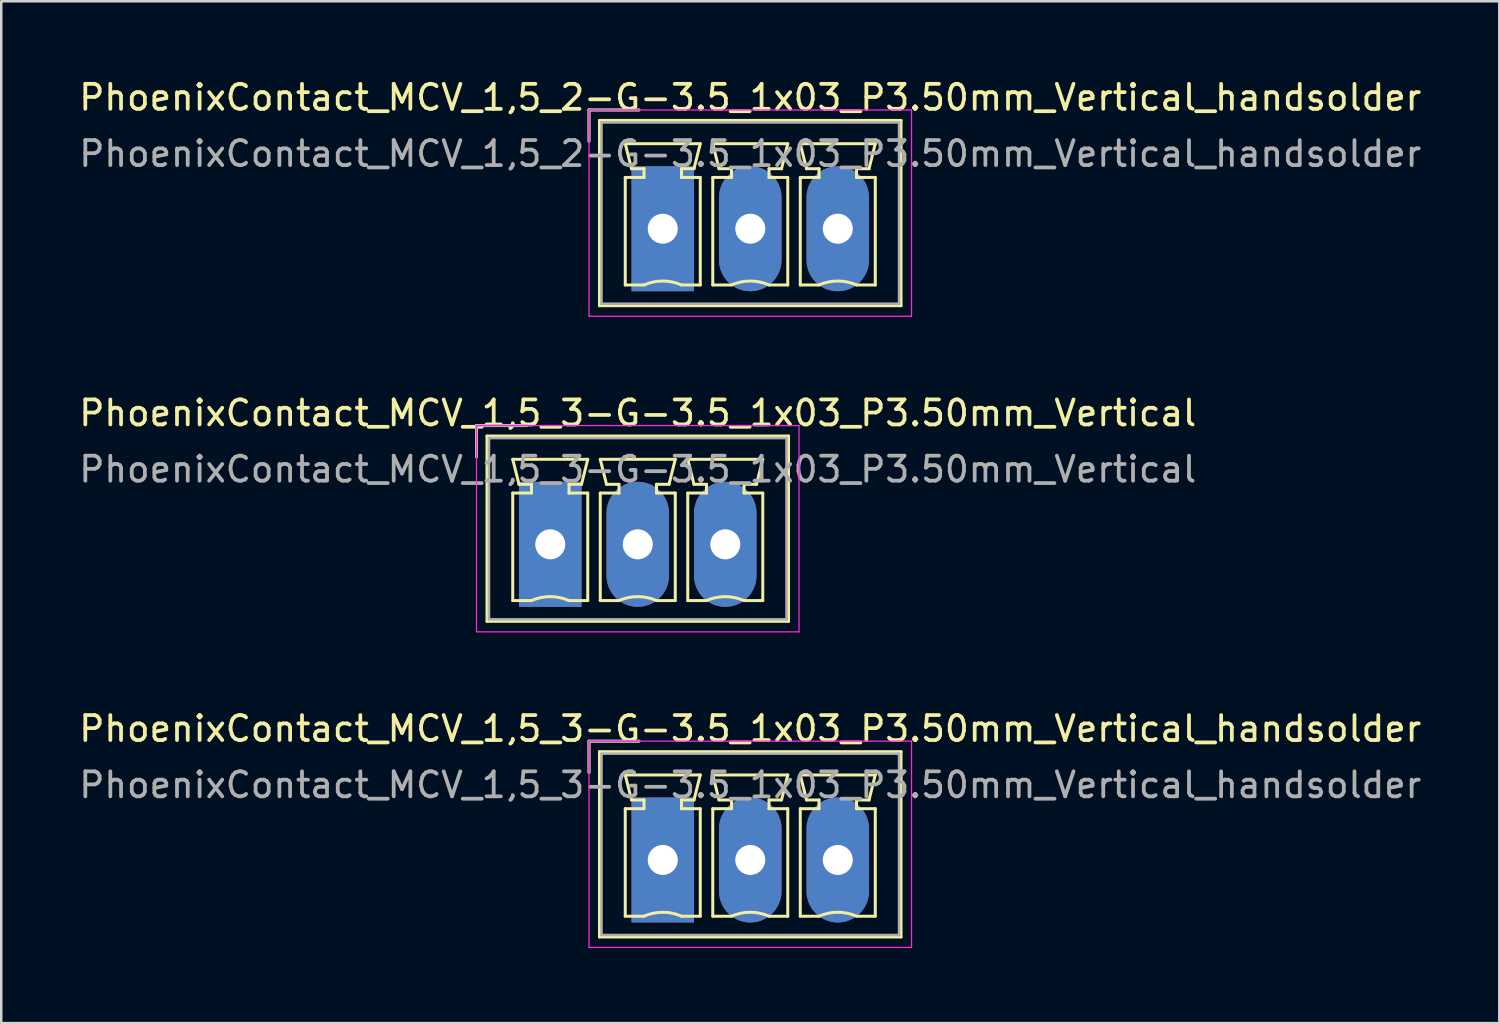
<source format=kicad_pcb>
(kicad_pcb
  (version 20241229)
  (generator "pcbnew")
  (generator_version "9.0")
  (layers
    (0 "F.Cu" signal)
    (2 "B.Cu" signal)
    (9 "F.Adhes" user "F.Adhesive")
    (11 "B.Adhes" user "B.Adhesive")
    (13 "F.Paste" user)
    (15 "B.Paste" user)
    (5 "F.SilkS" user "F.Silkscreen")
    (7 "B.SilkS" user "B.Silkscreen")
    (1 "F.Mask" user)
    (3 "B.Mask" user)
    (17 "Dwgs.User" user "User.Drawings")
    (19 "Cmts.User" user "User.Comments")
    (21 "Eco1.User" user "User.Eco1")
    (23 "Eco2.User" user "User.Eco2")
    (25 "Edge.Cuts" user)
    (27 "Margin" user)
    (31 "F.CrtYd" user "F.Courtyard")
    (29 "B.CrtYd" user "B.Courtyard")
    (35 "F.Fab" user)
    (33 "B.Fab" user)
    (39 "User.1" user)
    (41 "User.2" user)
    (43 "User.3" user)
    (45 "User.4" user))
  (footprint "PhoenixContact_MCV_1,5_3-G-3.5_1x03_P3.50mm_Vertical"
    (layer "F.Cu")
    (at 18.958 18.721)
    (property "Reference" "PhoenixContact_MCV_1,5_3-G-3.5_1x03_P3.50mm_Vertical" (at 3.5 -5.25 0) (layer "F.SilkS") (effects (font (size 1 1) (thickness 0.15))))
    (attr through_hole)
    (fp_line (start -2.95 -4.75) (end -0.95 -4.75) (stroke (width 0.12) (type solid)) (layer "F.SilkS"))
    (fp_line (start -2.95 -3.5) (end -2.95 -4.75) (stroke (width 0.12) (type solid)) (layer "F.SilkS"))
    (fp_line (start -2.53 -4.33) (end -2.53 3.08) (stroke (width 0.12) (type solid)) (layer "F.SilkS"))
    (fp_line (start -2.53 3.08) (end 9.53 3.08) (stroke (width 0.12) (type solid)) (layer "F.SilkS"))
    (fp_line (start -1.5 -3.4) (end 1.5 -3.4) (stroke (width 0.12) (type solid)) (layer "F.SilkS"))
    (fp_line (start -1.5 -2.05) (end -0.75 -2.05) (stroke (width 0.12) (type solid)) (layer "F.SilkS"))
    (fp_line (start -1.5 2.25) (end -1.5 -2.05) (stroke (width 0.12) (type solid)) (layer "F.SilkS"))
    (fp_line (start -1.25 -2.4) (end -1.5 -3.4) (stroke (width 0.12) (type solid)) (layer "F.SilkS"))
    (fp_line (start -0.75 -2.4) (end -1.25 -2.4) (stroke (width 0.12) (type solid)) (layer "F.SilkS"))
    (fp_line (start -0.75 -2.05) (end -0.75 -2.4) (stroke (width 0.12) (type solid)) (layer "F.SilkS"))
    (fp_line (start -0.75 2.25) (end -1.5 2.25) (stroke (width 0.12) (type solid)) (layer "F.SilkS"))
    (fp_line (start 0.75 -2.4) (end 0.75 -2.05) (stroke (width 0.12) (type solid)) (layer "F.SilkS"))
    (fp_line (start 0.75 -2.05) (end 1.5 -2.05) (stroke (width 0.12) (type solid)) (layer "F.SilkS"))
    (fp_line (start 1.25 -2.4) (end 0.75 -2.4) (stroke (width 0.12) (type solid)) (layer "F.SilkS"))
    (fp_line (start 1.5 -3.4) (end 1.25 -2.4) (stroke (width 0.12) (type solid)) (layer "F.SilkS"))
    (fp_line (start 1.5 -2.05) (end 1.5 2.25) (stroke (width 0.12) (type solid)) (layer "F.SilkS"))
    (fp_line (start 1.5 2.25) (end 0.75 2.25) (stroke (width 0.12) (type solid)) (layer "F.SilkS"))
    (fp_line (start 2 -3.4) (end 5 -3.4) (stroke (width 0.12) (type solid)) (layer "F.SilkS"))
    (fp_line (start 2 -2.05) (end 2.75 -2.05) (stroke (width 0.12) (type solid)) (layer "F.SilkS"))
    (fp_line (start 2 2.25) (end 2 -2.05) (stroke (width 0.12) (type solid)) (layer "F.SilkS"))
    (fp_line (start 2.25 -2.4) (end 2 -3.4) (stroke (width 0.12) (type solid)) (layer "F.SilkS"))
    (fp_line (start 2.75 -2.4) (end 2.25 -2.4) (stroke (width 0.12) (type solid)) (layer "F.SilkS"))
    (fp_line (start 2.75 -2.05) (end 2.75 -2.4) (stroke (width 0.12) (type solid)) (layer "F.SilkS"))
    (fp_line (start 2.75 2.25) (end 2 2.25) (stroke (width 0.12) (type solid)) (layer "F.SilkS"))
    (fp_line (start 4.25 -2.4) (end 4.25 -2.05) (stroke (width 0.12) (type solid)) (layer "F.SilkS"))
    (fp_line (start 4.25 -2.05) (end 5 -2.05) (stroke (width 0.12) (type solid)) (layer "F.SilkS"))
    (fp_line (start 4.75 -2.4) (end 4.25 -2.4) (stroke (width 0.12) (type solid)) (layer "F.SilkS"))
    (fp_line (start 5 -3.4) (end 4.75 -2.4) (stroke (width 0.12) (type solid)) (layer "F.SilkS"))
    (fp_line (start 5 -2.05) (end 5 2.25) (stroke (width 0.12) (type solid)) (layer "F.SilkS"))
    (fp_line (start 5 2.25) (end 4.25 2.25) (stroke (width 0.12) (type solid)) (layer "F.SilkS"))
    (fp_line (start 5.5 -3.4) (end 8.5 -3.4) (stroke (width 0.12) (type solid)) (layer "F.SilkS"))
    (fp_line (start 5.5 -2.05) (end 6.25 -2.05) (stroke (width 0.12) (type solid)) (layer "F.SilkS"))
    (fp_line (start 5.5 2.25) (end 5.5 -2.05) (stroke (width 0.12) (type solid)) (layer "F.SilkS"))
    (fp_line (start 5.75 -2.4) (end 5.5 -3.4) (stroke (width 0.12) (type solid)) (layer "F.SilkS"))
    (fp_line (start 6.25 -2.4) (end 5.75 -2.4) (stroke (width 0.12) (type solid)) (layer "F.SilkS"))
    (fp_line (start 6.25 -2.05) (end 6.25 -2.4) (stroke (width 0.12) (type solid)) (layer "F.SilkS"))
    (fp_line (start 6.25 2.25) (end 5.5 2.25) (stroke (width 0.12) (type solid)) (layer "F.SilkS"))
    (fp_line (start 7.75 -2.4) (end 7.75 -2.05) (stroke (width 0.12) (type solid)) (layer "F.SilkS"))
    (fp_line (start 7.75 -2.05) (end 8.5 -2.05) (stroke (width 0.12) (type solid)) (layer "F.SilkS"))
    (fp_line (start 8.25 -2.4) (end 7.75 -2.4) (stroke (width 0.12) (type solid)) (layer "F.SilkS"))
    (fp_line (start 8.5 -3.4) (end 8.25 -2.4) (stroke (width 0.12) (type solid)) (layer "F.SilkS"))
    (fp_line (start 8.5 -2.05) (end 8.5 2.25) (stroke (width 0.12) (type solid)) (layer "F.SilkS"))
    (fp_line (start 8.5 2.25) (end 7.75 2.25) (stroke (width 0.12) (type solid)) (layer "F.SilkS"))
    (fp_line (start 9.53 -4.33) (end -2.53 -4.33) (stroke (width 0.12) (type solid)) (layer "F.SilkS"))
    (fp_line (start 9.53 3.08) (end 9.53 -4.33) (stroke (width 0.12) (type solid)) (layer "F.SilkS"))
    (fp_arc (start -0.75 2.25) (mid -0.000193 2.09191) (end 0.749647 2.249844) (stroke (width 0.12) (type solid)) (layer "F.SilkS"))
    (fp_arc (start 2.75 2.25) (mid 3.499807 2.09191) (end 4.249647 2.249844) (stroke (width 0.12) (type solid)) (layer "F.SilkS"))
    (fp_arc (start 6.25 2.25) (mid 6.999807 2.09191) (end 7.749647 2.249844) (stroke (width 0.12) (type solid)) (layer "F.SilkS"))
    (fp_line (start -2.95 -4.75) (end -2.95 3.5) (stroke (width 0.05) (type solid)) (layer "F.CrtYd"))
    (fp_line (start -2.95 3.5) (end 9.95 3.5) (stroke (width 0.05) (type solid)) (layer "F.CrtYd"))
    (fp_line (start 9.95 -4.75) (end -2.95 -4.75) (stroke (width 0.05) (type solid)) (layer "F.CrtYd"))
    (fp_line (start 9.95 3.5) (end 9.95 -4.75) (stroke (width 0.05) (type solid)) (layer "F.CrtYd"))
    (fp_line (start -2.95 -4.75) (end -0.95 -4.75) (stroke (width 0.1) (type solid)) (layer "F.Fab"))
    (fp_line (start -2.95 -3.5) (end -2.95 -4.75) (stroke (width 0.1) (type solid)) (layer "F.Fab"))
    (fp_line (start -2.45 -4.25) (end -2.45 3) (stroke (width 0.1) (type solid)) (layer "F.Fab"))
    (fp_line (start -2.45 3) (end 9.45 3) (stroke (width 0.1) (type solid)) (layer "F.Fab"))
    (fp_line (start 9.45 -4.25) (end -2.45 -4.25) (stroke (width 0.1) (type solid)) (layer "F.Fab"))
    (fp_line (start 9.45 3) (end 9.45 -4.25) (stroke (width 0.1) (type solid)) (layer "F.Fab"))
    (fp_text user "${REFERENCE}" (at 3.5 -3 0) (layer "F.Fab") (effects (font (size 1 1) (thickness 0.15))))
    (pad "1" thru_hole rect (at 0 0) (size 2.5 5) (drill 1.2) (layers "*.Cu" "*.Mask"))
    (pad "2" thru_hole oval (at 3.5 0) (size 2.5 5) (drill 1.2) (layers "*.Cu" "*.Mask"))
    (pad "3" thru_hole oval (at 7 0) (size 2.5 5) (drill 1.2) (layers "*.Cu" "*.Mask")))
  (footprint "PhoenixContact_MCV_1,5_2-G-3.5_1x03_P3.50mm_Vertical_handsolder"
    (layer "F.Cu")
    (at 23.458 6.098)
    (property "Reference" "PhoenixContact_MCV_1,5_2-G-3.5_1x03_P3.50mm_Vertical_handsolder" (at 3.5 -5.25 0) (layer "F.SilkS") (effects (font (size 1 1) (thickness 0.15))))
    (attr through_hole)
    (fp_line (start -2.95 -4.75) (end -0.95 -4.75) (stroke (width 0.12) (type solid)) (layer "F.SilkS"))
    (fp_line (start -2.95 -3.5) (end -2.95 -4.75) (stroke (width 0.12) (type solid)) (layer "F.SilkS"))
    (fp_line (start -2.53 -4.33) (end -2.53 3.08) (stroke (width 0.12) (type solid)) (layer "F.SilkS"))
    (fp_line (start -2.53 3.08) (end 9.53 3.08) (stroke (width 0.12) (type solid)) (layer "F.SilkS"))
    (fp_line (start -1.5 -3.4) (end 1.5 -3.4) (stroke (width 0.12) (type solid)) (layer "F.SilkS"))
    (fp_line (start -1.5 -2.05) (end -0.75 -2.05) (stroke (width 0.12) (type solid)) (layer "F.SilkS"))
    (fp_line (start -1.5 2.25) (end -1.5 -2.05) (stroke (width 0.12) (type solid)) (layer "F.SilkS"))
    (fp_line (start -1.25 -2.4) (end -1.5 -3.4) (stroke (width 0.12) (type solid)) (layer "F.SilkS"))
    (fp_line (start -0.75 -2.4) (end -1.25 -2.4) (stroke (width 0.12) (type solid)) (layer "F.SilkS"))
    (fp_line (start -0.75 -2.05) (end -0.75 -2.4) (stroke (width 0.12) (type solid)) (layer "F.SilkS"))
    (fp_line (start -0.75 2.25) (end -1.5 2.25) (stroke (width 0.12) (type solid)) (layer "F.SilkS"))
    (fp_line (start 0.75 -2.4) (end 0.75 -2.05) (stroke (width 0.12) (type solid)) (layer "F.SilkS"))
    (fp_line (start 0.75 -2.05) (end 1.5 -2.05) (stroke (width 0.12) (type solid)) (layer "F.SilkS"))
    (fp_line (start 1.25 -2.4) (end 0.75 -2.4) (stroke (width 0.12) (type solid)) (layer "F.SilkS"))
    (fp_line (start 1.5 -3.4) (end 1.25 -2.4) (stroke (width 0.12) (type solid)) (layer "F.SilkS"))
    (fp_line (start 1.5 -2.05) (end 1.5 2.25) (stroke (width 0.12) (type solid)) (layer "F.SilkS"))
    (fp_line (start 1.5 2.25) (end 0.75 2.25) (stroke (width 0.12) (type solid)) (layer "F.SilkS"))
    (fp_line (start 2 -3.4) (end 5 -3.4) (stroke (width 0.12) (type solid)) (layer "F.SilkS"))
    (fp_line (start 2 -2.05) (end 2.75 -2.05) (stroke (width 0.12) (type solid)) (layer "F.SilkS"))
    (fp_line (start 2 2.25) (end 2 -2.05) (stroke (width 0.12) (type solid)) (layer "F.SilkS"))
    (fp_line (start 2.25 -2.4) (end 2 -3.4) (stroke (width 0.12) (type solid)) (layer "F.SilkS"))
    (fp_line (start 2.75 -2.4) (end 2.25 -2.4) (stroke (width 0.12) (type solid)) (layer "F.SilkS"))
    (fp_line (start 2.75 -2.05) (end 2.75 -2.4) (stroke (width 0.12) (type solid)) (layer "F.SilkS"))
    (fp_line (start 2.75 2.25) (end 2 2.25) (stroke (width 0.12) (type solid)) (layer "F.SilkS"))
    (fp_line (start 4.25 -2.4) (end 4.25 -2.05) (stroke (width 0.12) (type solid)) (layer "F.SilkS"))
    (fp_line (start 4.25 -2.05) (end 5 -2.05) (stroke (width 0.12) (type solid)) (layer "F.SilkS"))
    (fp_line (start 4.75 -2.4) (end 4.25 -2.4) (stroke (width 0.12) (type solid)) (layer "F.SilkS"))
    (fp_line (start 5 -3.4) (end 4.75 -2.4) (stroke (width 0.12) (type solid)) (layer "F.SilkS"))
    (fp_line (start 5 -2.05) (end 5 2.25) (stroke (width 0.12) (type solid)) (layer "F.SilkS"))
    (fp_line (start 5 2.25) (end 4.25 2.25) (stroke (width 0.12) (type solid)) (layer "F.SilkS"))
    (fp_line (start 5.5 -3.4) (end 8.5 -3.4) (stroke (width 0.12) (type solid)) (layer "F.SilkS"))
    (fp_line (start 5.5 -2.05) (end 6.25 -2.05) (stroke (width 0.12) (type solid)) (layer "F.SilkS"))
    (fp_line (start 5.5 2.25) (end 5.5 -2.05) (stroke (width 0.12) (type solid)) (layer "F.SilkS"))
    (fp_line (start 5.75 -2.4) (end 5.5 -3.4) (stroke (width 0.12) (type solid)) (layer "F.SilkS"))
    (fp_line (start 6.25 -2.4) (end 5.75 -2.4) (stroke (width 0.12) (type solid)) (layer "F.SilkS"))
    (fp_line (start 6.25 -2.05) (end 6.25 -2.4) (stroke (width 0.12) (type solid)) (layer "F.SilkS"))
    (fp_line (start 6.25 2.25) (end 5.5 2.25) (stroke (width 0.12) (type solid)) (layer "F.SilkS"))
    (fp_line (start 7.75 -2.4) (end 7.75 -2.05) (stroke (width 0.12) (type solid)) (layer "F.SilkS"))
    (fp_line (start 7.75 -2.05) (end 8.5 -2.05) (stroke (width 0.12) (type solid)) (layer "F.SilkS"))
    (fp_line (start 8.25 -2.4) (end 7.75 -2.4) (stroke (width 0.12) (type solid)) (layer "F.SilkS"))
    (fp_line (start 8.5 -3.4) (end 8.25 -2.4) (stroke (width 0.12) (type solid)) (layer "F.SilkS"))
    (fp_line (start 8.5 -2.05) (end 8.5 2.25) (stroke (width 0.12) (type solid)) (layer "F.SilkS"))
    (fp_line (start 8.5 2.25) (end 7.75 2.25) (stroke (width 0.12) (type solid)) (layer "F.SilkS"))
    (fp_line (start 9.53 -4.33) (end -2.53 -4.33) (stroke (width 0.12) (type solid)) (layer "F.SilkS"))
    (fp_line (start 9.53 3.08) (end 9.53 -4.33) (stroke (width 0.12) (type solid)) (layer "F.SilkS"))
    (fp_arc (start -0.75 2.25) (mid -0.000193 2.09191) (end 0.749647 2.249844) (stroke (width 0.12) (type solid)) (layer "F.SilkS"))
    (fp_arc (start 2.75 2.25) (mid 3.499807 2.09191) (end 4.249647 2.249844) (stroke (width 0.12) (type solid)) (layer "F.SilkS"))
    (fp_arc (start 6.25 2.25) (mid 6.999807 2.09191) (end 7.749647 2.249844) (stroke (width 0.12) (type solid)) (layer "F.SilkS"))
    (fp_line (start -2.95 -4.75) (end -2.95 3.5) (stroke (width 0.05) (type solid)) (layer "F.CrtYd"))
    (fp_line (start -2.95 3.5) (end 9.95 3.5) (stroke (width 0.05) (type solid)) (layer "F.CrtYd"))
    (fp_line (start 9.95 -4.75) (end -2.95 -4.75) (stroke (width 0.05) (type solid)) (layer "F.CrtYd"))
    (fp_line (start 9.95 3.5) (end 9.95 -4.75) (stroke (width 0.05) (type solid)) (layer "F.CrtYd"))
    (fp_line (start -2.95 -4.75) (end -0.95 -4.75) (stroke (width 0.1) (type solid)) (layer "F.Fab"))
    (fp_line (start -2.95 -3.5) (end -2.95 -4.75) (stroke (width 0.1) (type solid)) (layer "F.Fab"))
    (fp_line (start -2.45 -4.25) (end -2.45 3) (stroke (width 0.1) (type solid)) (layer "F.Fab"))
    (fp_line (start -2.45 3) (end 9.45 3) (stroke (width 0.1) (type solid)) (layer "F.Fab"))
    (fp_line (start 9.45 -4.25) (end -2.45 -4.25) (stroke (width 0.1) (type solid)) (layer "F.Fab"))
    (fp_line (start 9.45 3) (end 9.45 -4.25) (stroke (width 0.1) (type solid)) (layer "F.Fab"))
    (fp_text user "${REFERENCE}" (at 3.5 -3 0) (layer "F.Fab") (effects (font (size 1 1) (thickness 0.15))))
    (pad "1" thru_hole rect (at 0 0) (size 2.5 5) (drill 1.2) (layers "*.Cu" "*.Mask"))
    (pad "2" thru_hole oval (at 3.5 0) (size 2.5 5) (drill 1.2) (layers "*.Cu" "*.Mask"))
    (pad "3" thru_hole oval (at 7 0) (size 2.5 5) (drill 1.2) (layers "*.Cu" "*.Mask")))
  (footprint "PhoenixContact_MCV_1,5_3-G-3.5_1x03_P3.50mm_Vertical_handsolder"
    (layer "F.Cu")
    (at 23.458 31.345)
    (property "Reference" "PhoenixContact_MCV_1,5_3-G-3.5_1x03_P3.50mm_Vertical_handsolder" (at 3.5 -5.25 0) (layer "F.SilkS") (effects (font (size 1 1) (thickness 0.15))))
    (attr through_hole)
    (fp_line (start -2.95 -4.75) (end -0.95 -4.75) (stroke (width 0.12) (type solid)) (layer "F.SilkS"))
    (fp_line (start -2.95 -3.5) (end -2.95 -4.75) (stroke (width 0.12) (type solid)) (layer "F.SilkS"))
    (fp_line (start -2.53 -4.33) (end -2.53 3.08) (stroke (width 0.12) (type solid)) (layer "F.SilkS"))
    (fp_line (start -2.53 3.08) (end 9.53 3.08) (stroke (width 0.12) (type solid)) (layer "F.SilkS"))
    (fp_line (start -1.5 -3.4) (end 1.5 -3.4) (stroke (width 0.12) (type solid)) (layer "F.SilkS"))
    (fp_line (start -1.5 -2.05) (end -0.75 -2.05) (stroke (width 0.12) (type solid)) (layer "F.SilkS"))
    (fp_line (start -1.5 2.25) (end -1.5 -2.05) (stroke (width 0.12) (type solid)) (layer "F.SilkS"))
    (fp_line (start -1.25 -2.4) (end -1.5 -3.4) (stroke (width 0.12) (type solid)) (layer "F.SilkS"))
    (fp_line (start -0.75 -2.4) (end -1.25 -2.4) (stroke (width 0.12) (type solid)) (layer "F.SilkS"))
    (fp_line (start -0.75 -2.05) (end -0.75 -2.4) (stroke (width 0.12) (type solid)) (layer "F.SilkS"))
    (fp_line (start -0.75 2.25) (end -1.5 2.25) (stroke (width 0.12) (type solid)) (layer "F.SilkS"))
    (fp_line (start 0.75 -2.4) (end 0.75 -2.05) (stroke (width 0.12) (type solid)) (layer "F.SilkS"))
    (fp_line (start 0.75 -2.05) (end 1.5 -2.05) (stroke (width 0.12) (type solid)) (layer "F.SilkS"))
    (fp_line (start 1.25 -2.4) (end 0.75 -2.4) (stroke (width 0.12) (type solid)) (layer "F.SilkS"))
    (fp_line (start 1.5 -3.4) (end 1.25 -2.4) (stroke (width 0.12) (type solid)) (layer "F.SilkS"))
    (fp_line (start 1.5 -2.05) (end 1.5 2.25) (stroke (width 0.12) (type solid)) (layer "F.SilkS"))
    (fp_line (start 1.5 2.25) (end 0.75 2.25) (stroke (width 0.12) (type solid)) (layer "F.SilkS"))
    (fp_line (start 2 -3.4) (end 5 -3.4) (stroke (width 0.12) (type solid)) (layer "F.SilkS"))
    (fp_line (start 2 -2.05) (end 2.75 -2.05) (stroke (width 0.12) (type solid)) (layer "F.SilkS"))
    (fp_line (start 2 2.25) (end 2 -2.05) (stroke (width 0.12) (type solid)) (layer "F.SilkS"))
    (fp_line (start 2.25 -2.4) (end 2 -3.4) (stroke (width 0.12) (type solid)) (layer "F.SilkS"))
    (fp_line (start 2.75 -2.4) (end 2.25 -2.4) (stroke (width 0.12) (type solid)) (layer "F.SilkS"))
    (fp_line (start 2.75 -2.05) (end 2.75 -2.4) (stroke (width 0.12) (type solid)) (layer "F.SilkS"))
    (fp_line (start 2.75 2.25) (end 2 2.25) (stroke (width 0.12) (type solid)) (layer "F.SilkS"))
    (fp_line (start 4.25 -2.4) (end 4.25 -2.05) (stroke (width 0.12) (type solid)) (layer "F.SilkS"))
    (fp_line (start 4.25 -2.05) (end 5 -2.05) (stroke (width 0.12) (type solid)) (layer "F.SilkS"))
    (fp_line (start 4.75 -2.4) (end 4.25 -2.4) (stroke (width 0.12) (type solid)) (layer "F.SilkS"))
    (fp_line (start 5 -3.4) (end 4.75 -2.4) (stroke (width 0.12) (type solid)) (layer "F.SilkS"))
    (fp_line (start 5 -2.05) (end 5 2.25) (stroke (width 0.12) (type solid)) (layer "F.SilkS"))
    (fp_line (start 5 2.25) (end 4.25 2.25) (stroke (width 0.12) (type solid)) (layer "F.SilkS"))
    (fp_line (start 5.5 -3.4) (end 8.5 -3.4) (stroke (width 0.12) (type solid)) (layer "F.SilkS"))
    (fp_line (start 5.5 -2.05) (end 6.25 -2.05) (stroke (width 0.12) (type solid)) (layer "F.SilkS"))
    (fp_line (start 5.5 2.25) (end 5.5 -2.05) (stroke (width 0.12) (type solid)) (layer "F.SilkS"))
    (fp_line (start 5.75 -2.4) (end 5.5 -3.4) (stroke (width 0.12) (type solid)) (layer "F.SilkS"))
    (fp_line (start 6.25 -2.4) (end 5.75 -2.4) (stroke (width 0.12) (type solid)) (layer "F.SilkS"))
    (fp_line (start 6.25 -2.05) (end 6.25 -2.4) (stroke (width 0.12) (type solid)) (layer "F.SilkS"))
    (fp_line (start 6.25 2.25) (end 5.5 2.25) (stroke (width 0.12) (type solid)) (layer "F.SilkS"))
    (fp_line (start 7.75 -2.4) (end 7.75 -2.05) (stroke (width 0.12) (type solid)) (layer "F.SilkS"))
    (fp_line (start 7.75 -2.05) (end 8.5 -2.05) (stroke (width 0.12) (type solid)) (layer "F.SilkS"))
    (fp_line (start 8.25 -2.4) (end 7.75 -2.4) (stroke (width 0.12) (type solid)) (layer "F.SilkS"))
    (fp_line (start 8.5 -3.4) (end 8.25 -2.4) (stroke (width 0.12) (type solid)) (layer "F.SilkS"))
    (fp_line (start 8.5 -2.05) (end 8.5 2.25) (stroke (width 0.12) (type solid)) (layer "F.SilkS"))
    (fp_line (start 8.5 2.25) (end 7.75 2.25) (stroke (width 0.12) (type solid)) (layer "F.SilkS"))
    (fp_line (start 9.53 -4.33) (end -2.53 -4.33) (stroke (width 0.12) (type solid)) (layer "F.SilkS"))
    (fp_line (start 9.53 3.08) (end 9.53 -4.33) (stroke (width 0.12) (type solid)) (layer "F.SilkS"))
    (fp_arc (start -0.75 2.25) (mid -0.000193 2.09191) (end 0.749647 2.249844) (stroke (width 0.12) (type solid)) (layer "F.SilkS"))
    (fp_arc (start 2.75 2.25) (mid 3.499807 2.09191) (end 4.249647 2.249844) (stroke (width 0.12) (type solid)) (layer "F.SilkS"))
    (fp_arc (start 6.25 2.25) (mid 6.999807 2.09191) (end 7.749647 2.249844) (stroke (width 0.12) (type solid)) (layer "F.SilkS"))
    (fp_line (start -2.95 -4.75) (end -2.95 3.5) (stroke (width 0.05) (type solid)) (layer "F.CrtYd"))
    (fp_line (start -2.95 3.5) (end 9.95 3.5) (stroke (width 0.05) (type solid)) (layer "F.CrtYd"))
    (fp_line (start 9.95 -4.75) (end -2.95 -4.75) (stroke (width 0.05) (type solid)) (layer "F.CrtYd"))
    (fp_line (start 9.95 3.5) (end 9.95 -4.75) (stroke (width 0.05) (type solid)) (layer "F.CrtYd"))
    (fp_line (start -2.95 -4.75) (end -0.95 -4.75) (stroke (width 0.1) (type solid)) (layer "F.Fab"))
    (fp_line (start -2.95 -3.5) (end -2.95 -4.75) (stroke (width 0.1) (type solid)) (layer "F.Fab"))
    (fp_line (start -2.45 -4.25) (end -2.45 3) (stroke (width 0.1) (type solid)) (layer "F.Fab"))
    (fp_line (start -2.45 3) (end 9.45 3) (stroke (width 0.1) (type solid)) (layer "F.Fab"))
    (fp_line (start 9.45 -4.25) (end -2.45 -4.25) (stroke (width 0.1) (type solid)) (layer "F.Fab"))
    (fp_line (start 9.45 3) (end 9.45 -4.25) (stroke (width 0.1) (type solid)) (layer "F.Fab"))
    (fp_text user "${REFERENCE}" (at 3.5 -3 0) (layer "F.Fab") (effects (font (size 1 1) (thickness 0.15))))
    (pad "1" thru_hole rect (at 0 0) (size 2.5 5) (drill 1.2) (layers "*.Cu" "*.Mask"))
    (pad "2" thru_hole oval (at 3.5 0) (size 2.5 5) (drill 1.2) (layers "*.Cu" "*.Mask"))
    (pad "3" thru_hole oval (at 7 0) (size 2.5 5) (drill 1.2) (layers "*.Cu" "*.Mask")))
  (gr_rect
    (start -3 -3)
    (end 56.917 37.87)
    (stroke (width 0.1) (type default))
    (fill no)
    (layer "Edge.Cuts")))
</source>
